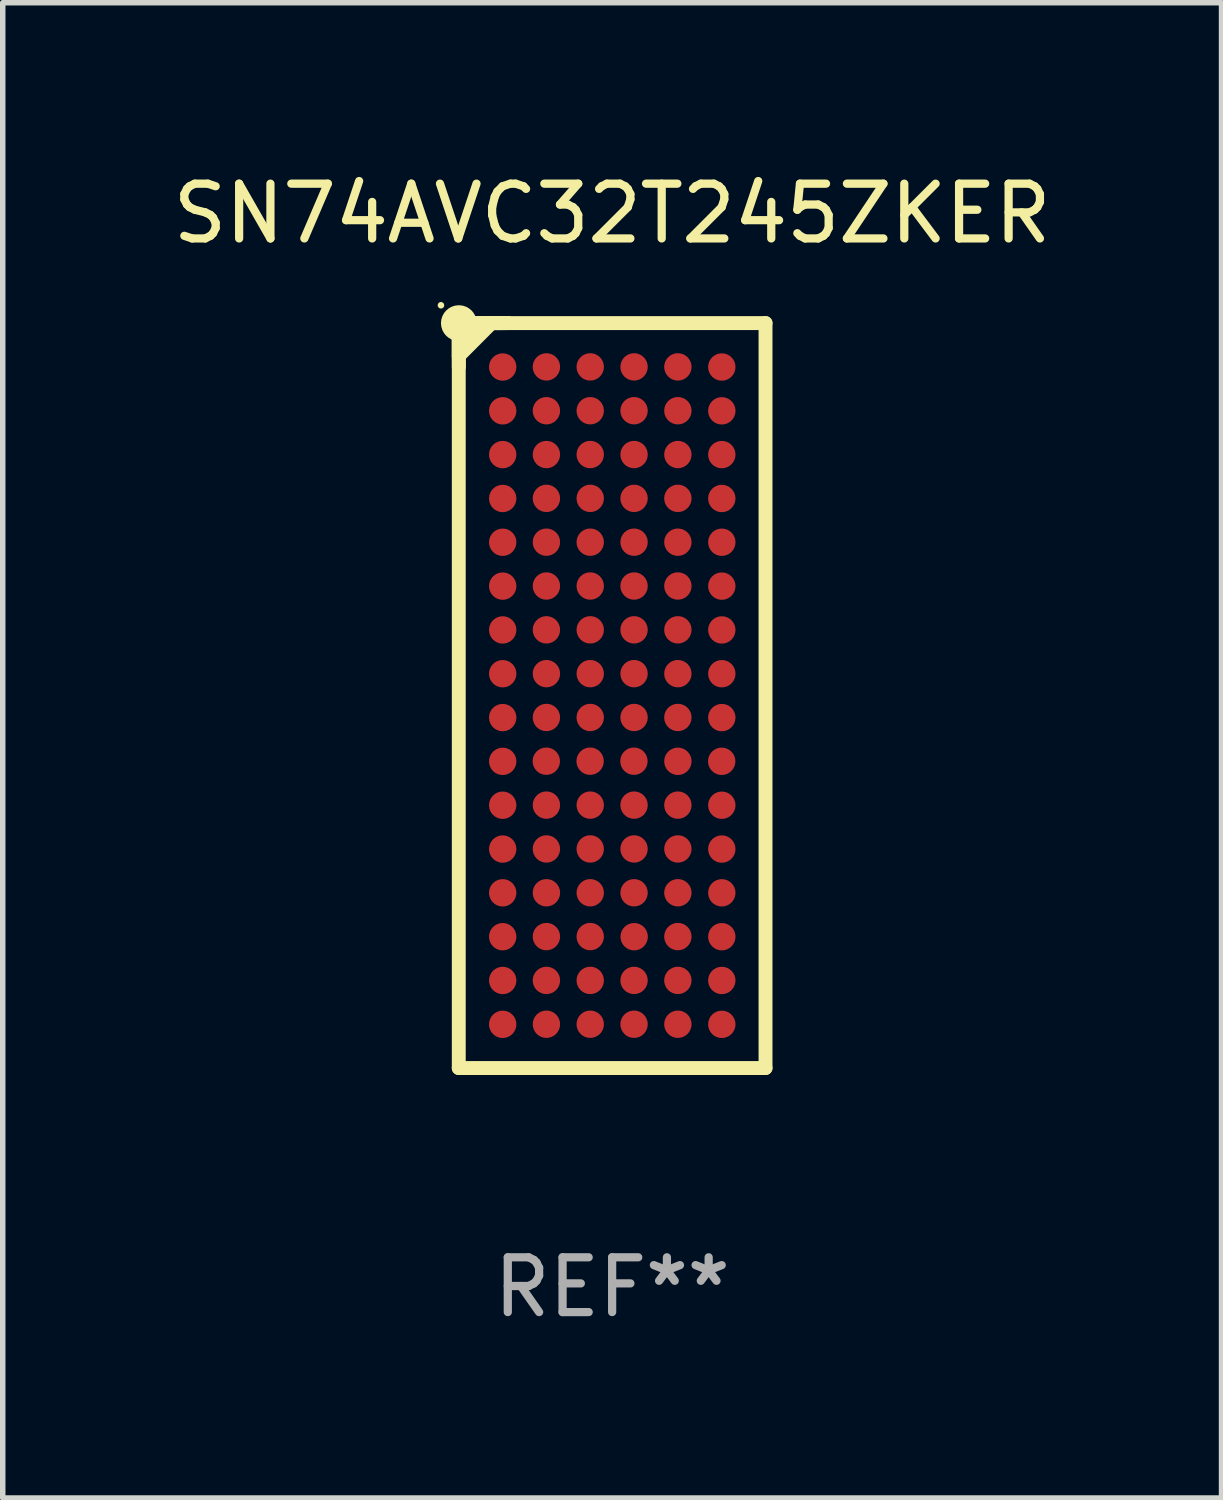
<source format=kicad_pcb>
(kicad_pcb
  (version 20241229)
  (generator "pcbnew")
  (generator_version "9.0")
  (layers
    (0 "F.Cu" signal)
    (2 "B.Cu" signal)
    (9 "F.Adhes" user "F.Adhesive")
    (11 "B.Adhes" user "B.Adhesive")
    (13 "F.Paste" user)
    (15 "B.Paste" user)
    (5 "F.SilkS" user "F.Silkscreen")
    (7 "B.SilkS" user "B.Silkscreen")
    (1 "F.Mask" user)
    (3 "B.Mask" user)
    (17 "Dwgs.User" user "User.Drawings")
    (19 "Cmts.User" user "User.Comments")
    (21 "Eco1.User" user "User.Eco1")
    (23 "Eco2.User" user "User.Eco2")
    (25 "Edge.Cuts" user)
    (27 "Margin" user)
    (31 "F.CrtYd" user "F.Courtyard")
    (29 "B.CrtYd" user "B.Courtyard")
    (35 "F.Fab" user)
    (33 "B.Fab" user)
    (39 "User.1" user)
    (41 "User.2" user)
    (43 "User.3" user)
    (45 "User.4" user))
  (footprint "SN74AVC32T245ZKER"
    (layer "F.Cu")
    (at 8.125 9.648)
    (property "Reference" "SN74AVC32T245ZKER" (at 0 -8.8 0) (layer "F.SilkS") (effects (font (size 1 1) (thickness 0.15))))
    (attr through_hole)
    (fp_line (start -2.8 -6.8) (end 2.8 -6.8) (stroke (width 0.254) (type solid)) (layer "F.SilkS"))
    (fp_line (start -2.8 6.8) (end -2.8 -6.8) (stroke (width 0.254) (type solid)) (layer "F.SilkS"))
    (fp_line (start -2.799 -6.8) (end -2.799 -6.2) (stroke (width 0.254) (type solid)) (layer "F.SilkS"))
    (fp_line (start -2.799 -6.5) (end -2.4 -6.8) (stroke (width 0.254) (type solid)) (layer "F.SilkS"))
    (fp_line (start -2.799 -6.2) (end -2.202 -6.8) (stroke (width 0.254) (type solid)) (layer "F.SilkS"))
    (fp_line (start -2.799 -5.999) (end -2.799 -6.5) (stroke (width 0.254) (type solid)) (layer "F.SilkS"))
    (fp_line (start -2.202 -6.8) (end -1.999 -6.8) (stroke (width 0.254) (type solid)) (layer "F.SilkS"))
    (fp_line (start -1.9 -6.8) (end -1.9 -6.8) (stroke (width 0.254) (type solid)) (layer "F.SilkS"))
    (fp_line (start -1.9 -6.8) (end -2.799 -6.8) (stroke (width 0.254) (type solid)) (layer "F.SilkS"))
    (fp_line (start 2.8 -6.8) (end 2.8 6.8) (stroke (width 0.254) (type solid)) (layer "F.SilkS"))
    (fp_line (start 2.8 6.8) (end -2.8 6.8) (stroke (width 0.254) (type solid)) (layer "F.SilkS"))
    (fp_circle (center -3.125 -7.125) (end -3.095 -7.125) (stroke (width 0.06) (type solid)) (fill no) (layer "F.SilkS"))
    (fp_circle (center -2.798 -6.799) (end -2.598 -6.799) (stroke (width 0.254) (type solid)) (fill no) (layer "F.SilkS"))
    (fp_text user "REF**" (at 0 10.8 0) (layer "F.Fab") (effects (font (size 1 1) (thickness 0.15))))
    (pad "A1" smd circle (at -1.998 -5.998) (size 0.5 0.5) (layers "F.Cu" "F.Mask" "F.Paste"))
    (pad "A2" smd circle (at -1.2 -6) (size 0.5 0.5) (layers "F.Cu" "F.Mask" "F.Paste"))
    (pad "A3" smd circle (at -0.4 -6) (size 0.5 0.5) (layers "F.Cu" "F.Mask" "F.Paste"))
    (pad "A4" smd circle (at 0.4 -6) (size 0.5 0.5) (layers "F.Cu" "F.Mask" "F.Paste"))
    (pad "A5" smd circle (at 1.2 -6) (size 0.5 0.5) (layers "F.Cu" "F.Mask" "F.Paste"))
    (pad "A6" smd circle (at 2.002 -5.998) (size 0.5 0.5) (layers "F.Cu" "F.Mask" "F.Paste"))
    (pad "B1" smd circle (at -1.998 -5.198) (size 0.5 0.5) (layers "F.Cu" "F.Mask" "F.Paste"))
    (pad "B2" smd circle (at -1.2 -5.2) (size 0.5 0.5) (layers "F.Cu" "F.Mask" "F.Paste"))
    (pad "B3" smd circle (at -0.4 -5.2) (size 0.5 0.5) (layers "F.Cu" "F.Mask" "F.Paste"))
    (pad "B4" smd circle (at 0.4 -5.2) (size 0.5 0.5) (layers "F.Cu" "F.Mask" "F.Paste"))
    (pad "B5" smd circle (at 1.2 -5.2) (size 0.5 0.5) (layers "F.Cu" "F.Mask" "F.Paste"))
    (pad "B6" smd circle (at 2.002 -5.198) (size 0.5 0.5) (layers "F.Cu" "F.Mask" "F.Paste"))
    (pad "C1" smd circle (at -1.998 -4.399) (size 0.5 0.5) (layers "F.Cu" "F.Mask" "F.Paste"))
    (pad "C2" smd circle (at -1.2 -4.4) (size 0.5 0.5) (layers "F.Cu" "F.Mask" "F.Paste"))
    (pad "C3" smd circle (at -0.4 -4.4) (size 0.5 0.5) (layers "F.Cu" "F.Mask" "F.Paste"))
    (pad "C4" smd circle (at 0.4 -4.4) (size 0.5 0.5) (layers "F.Cu" "F.Mask" "F.Paste"))
    (pad "C5" smd circle (at 1.2 -4.4) (size 0.5 0.5) (layers "F.Cu" "F.Mask" "F.Paste"))
    (pad "C6" smd circle (at 2.002 -4.399) (size 0.5 0.5) (layers "F.Cu" "F.Mask" "F.Paste"))
    (pad "D1" smd circle (at -1.998 -3.598) (size 0.5 0.5) (layers "F.Cu" "F.Mask" "F.Paste"))
    (pad "D2" smd circle (at -1.2 -3.6) (size 0.5 0.5) (layers "F.Cu" "F.Mask" "F.Paste"))
    (pad "D3" smd circle (at -0.4 -3.6) (size 0.5 0.5) (layers "F.Cu" "F.Mask" "F.Paste"))
    (pad "D4" smd circle (at 0.4 -3.6) (size 0.5 0.5) (layers "F.Cu" "F.Mask" "F.Paste"))
    (pad "D5" smd circle (at 1.2 -3.6) (size 0.5 0.5) (layers "F.Cu" "F.Mask" "F.Paste"))
    (pad "D6" smd circle (at 2.002 -3.598) (size 0.5 0.5) (layers "F.Cu" "F.Mask" "F.Paste"))
    (pad "E1" smd circle (at -1.998 -2.799) (size 0.5 0.5) (layers "F.Cu" "F.Mask" "F.Paste"))
    (pad "E2" smd circle (at -1.2 -2.8) (size 0.5 0.5) (layers "F.Cu" "F.Mask" "F.Paste"))
    (pad "E3" smd circle (at -0.4 -2.8) (size 0.5 0.5) (layers "F.Cu" "F.Mask" "F.Paste"))
    (pad "E4" smd circle (at 0.4 -2.8) (size 0.5 0.5) (layers "F.Cu" "F.Mask" "F.Paste"))
    (pad "E5" smd circle (at 1.2 -2.8) (size 0.5 0.5) (layers "F.Cu" "F.Mask" "F.Paste"))
    (pad "E6" smd circle (at 2.002 -2.799) (size 0.5 0.5) (layers "F.Cu" "F.Mask" "F.Paste"))
    (pad "F1" smd circle (at -1.998 -1.998) (size 0.5 0.5) (layers "F.Cu" "F.Mask" "F.Paste"))
    (pad "F2" smd circle (at -1.2 -2) (size 0.5 0.5) (layers "F.Cu" "F.Mask" "F.Paste"))
    (pad "F3" smd circle (at -0.4 -2) (size 0.5 0.5) (layers "F.Cu" "F.Mask" "F.Paste"))
    (pad "F4" smd circle (at 0.4 -2) (size 0.5 0.5) (layers "F.Cu" "F.Mask" "F.Paste"))
    (pad "F5" smd circle (at 1.2 -2) (size 0.5 0.5) (layers "F.Cu" "F.Mask" "F.Paste"))
    (pad "F6" smd circle (at 2.002 -1.998) (size 0.5 0.5) (layers "F.Cu" "F.Mask" "F.Paste"))
    (pad "G1" smd circle (at -1.998 -1.198) (size 0.5 0.5) (layers "F.Cu" "F.Mask" "F.Paste"))
    (pad "G2" smd circle (at -1.2 -1.2) (size 0.5 0.5) (layers "F.Cu" "F.Mask" "F.Paste"))
    (pad "G3" smd circle (at -0.4 -1.2) (size 0.5 0.5) (layers "F.Cu" "F.Mask" "F.Paste"))
    (pad "G4" smd circle (at 0.4 -1.2) (size 0.5 0.5) (layers "F.Cu" "F.Mask" "F.Paste"))
    (pad "G5" smd circle (at 1.2 -1.2) (size 0.5 0.5) (layers "F.Cu" "F.Mask" "F.Paste"))
    (pad "G6" smd circle (at 2.002 -1.198) (size 0.5 0.5) (layers "F.Cu" "F.Mask" "F.Paste"))
    (pad "H1" smd circle (at -1.998 -0.399) (size 0.5 0.5) (layers "F.Cu" "F.Mask" "F.Paste"))
    (pad "H2" smd circle (at -1.2 -0.4) (size 0.5 0.5) (layers "F.Cu" "F.Mask" "F.Paste"))
    (pad "H3" smd circle (at -0.4 -0.4) (size 0.5 0.5) (layers "F.Cu" "F.Mask" "F.Paste"))
    (pad "H4" smd circle (at 0.4 -0.4) (size 0.5 0.5) (layers "F.Cu" "F.Mask" "F.Paste"))
    (pad "H5" smd circle (at 1.2 -0.4) (size 0.5 0.5) (layers "F.Cu" "F.Mask" "F.Paste"))
    (pad "H6" smd circle (at 2.002 -0.399) (size 0.5 0.5) (layers "F.Cu" "F.Mask" "F.Paste"))
    (pad "J1" smd circle (at -1.998 0.402) (size 0.5 0.5) (layers "F.Cu" "F.Mask" "F.Paste"))
    (pad "J2" smd circle (at -1.2 0.4) (size 0.5 0.5) (layers "F.Cu" "F.Mask" "F.Paste"))
    (pad "J3" smd circle (at -0.4 0.4) (size 0.5 0.5) (layers "F.Cu" "F.Mask" "F.Paste"))
    (pad "J4" smd circle (at 0.4 0.4) (size 0.5 0.5) (layers "F.Cu" "F.Mask" "F.Paste"))
    (pad "J5" smd circle (at 1.2 0.4) (size 0.5 0.5) (layers "F.Cu" "F.Mask" "F.Paste"))
    (pad "J6" smd circle (at 2.002 0.402) (size 0.5 0.5) (layers "F.Cu" "F.Mask" "F.Paste"))
    (pad "K1" smd circle (at -1.998 1.201) (size 0.5 0.5) (layers "F.Cu" "F.Mask" "F.Paste"))
    (pad "K2" smd circle (at -1.202 1.198) (size 0.5 0.5) (layers "F.Cu" "F.Mask" "F.Paste"))
    (pad "K3" smd circle (at -0.402 1.198) (size 0.5 0.5) (layers "F.Cu" "F.Mask" "F.Paste"))
    (pad "K4" smd circle (at 0.398 1.198) (size 0.5 0.5) (layers "F.Cu" "F.Mask" "F.Paste"))
    (pad "K5" smd circle (at 1.2 1.2) (size 0.5 0.5) (layers "F.Cu" "F.Mask" "F.Paste"))
    (pad "K6" smd circle (at 2 1.2) (size 0.5 0.5) (layers "F.Cu" "F.Mask" "F.Paste"))
    (pad "L1" smd circle (at -1.998 2.002) (size 0.5 0.5) (layers "F.Cu" "F.Mask" "F.Paste"))
    (pad "L2" smd circle (at -1.2 2) (size 0.5 0.5) (layers "F.Cu" "F.Mask" "F.Paste"))
    (pad "L3" smd circle (at -0.4 2) (size 0.5 0.5) (layers "F.Cu" "F.Mask" "F.Paste"))
    (pad "L4" smd circle (at 0.4 2) (size 0.5 0.5) (layers "F.Cu" "F.Mask" "F.Paste"))
    (pad "L5" smd circle (at 1.2 2) (size 0.5 0.5) (layers "F.Cu" "F.Mask" "F.Paste"))
    (pad "L6" smd circle (at 2.002 2.002) (size 0.5 0.5) (layers "F.Cu" "F.Mask" "F.Paste"))
    (pad "M1" smd circle (at -1.998 2.802) (size 0.5 0.5) (layers "F.Cu" "F.Mask" "F.Paste"))
    (pad "M2" smd circle (at -1.2 2.8) (size 0.5 0.5) (layers "F.Cu" "F.Mask" "F.Paste"))
    (pad "M3" smd circle (at -0.4 2.8) (size 0.5 0.5) (layers "F.Cu" "F.Mask" "F.Paste"))
    (pad "M4" smd circle (at 0.4 2.8) (size 0.5 0.5) (layers "F.Cu" "F.Mask" "F.Paste"))
    (pad "M5" smd circle (at 1.2 2.8) (size 0.5 0.5) (layers "F.Cu" "F.Mask" "F.Paste"))
    (pad "M6" smd circle (at 2.002 2.802) (size 0.5 0.5) (layers "F.Cu" "F.Mask" "F.Paste"))
    (pad "N1" smd circle (at -1.998 3.601) (size 0.5 0.5) (layers "F.Cu" "F.Mask" "F.Paste"))
    (pad "N2" smd circle (at -1.2 3.6) (size 0.5 0.5) (layers "F.Cu" "F.Mask" "F.Paste"))
    (pad "N3" smd circle (at -0.4 3.6) (size 0.5 0.5) (layers "F.Cu" "F.Mask" "F.Paste"))
    (pad "N4" smd circle (at 0.4 3.6) (size 0.5 0.5) (layers "F.Cu" "F.Mask" "F.Paste"))
    (pad "N5" smd circle (at 1.2 3.6) (size 0.5 0.5) (layers "F.Cu" "F.Mask" "F.Paste"))
    (pad "N6" smd circle (at 2.002 3.601) (size 0.5 0.5) (layers "F.Cu" "F.Mask" "F.Paste"))
    (pad "P1" smd circle (at -1.998 4.402) (size 0.5 0.5) (layers "F.Cu" "F.Mask" "F.Paste"))
    (pad "P2" smd circle (at -1.2 4.4) (size 0.5 0.5) (layers "F.Cu" "F.Mask" "F.Paste"))
    (pad "P3" smd circle (at -0.4 4.4) (size 0.5 0.5) (layers "F.Cu" "F.Mask" "F.Paste"))
    (pad "P4" smd circle (at 0.402 4.402) (size 0.5 0.5) (layers "F.Cu" "F.Mask" "F.Paste"))
    (pad "P5" smd circle (at 1.2 4.4) (size 0.5 0.5) (layers "F.Cu" "F.Mask" "F.Paste"))
    (pad "P6" smd circle (at 2.002 4.402) (size 0.5 0.5) (layers "F.Cu" "F.Mask" "F.Paste"))
    (pad "R1" smd circle (at -1.998 5.201) (size 0.5 0.5) (layers "F.Cu" "F.Mask" "F.Paste"))
    (pad "R2" smd circle (at -1.2 5.2) (size 0.5 0.5) (layers "F.Cu" "F.Mask" "F.Paste"))
    (pad "R3" smd circle (at -0.4 5.2) (size 0.5 0.5) (layers "F.Cu" "F.Mask" "F.Paste"))
    (pad "R4" smd circle (at 0.4 5.2) (size 0.5 0.5) (layers "F.Cu" "F.Mask" "F.Paste"))
    (pad "R5" smd circle (at 1.2 5.2) (size 0.5 0.5) (layers "F.Cu" "F.Mask" "F.Paste"))
    (pad "R6" smd circle (at 2.002 5.201) (size 0.5 0.5) (layers "F.Cu" "F.Mask" "F.Paste"))
    (pad "T1" smd circle (at -1.998 6.002) (size 0.5 0.5) (layers "F.Cu" "F.Mask" "F.Paste"))
    (pad "T2" smd circle (at -1.2 6) (size 0.5 0.5) (layers "F.Cu" "F.Mask" "F.Paste"))
    (pad "T3" smd circle (at -0.4 6) (size 0.5 0.5) (layers "F.Cu" "F.Mask" "F.Paste"))
    (pad "T4" smd circle (at 0.4 6) (size 0.5 0.5) (layers "F.Cu" "F.Mask" "F.Paste"))
    (pad "T5" smd circle (at 1.2 6) (size 0.5 0.5) (layers "F.Cu" "F.Mask" "F.Paste"))
    (pad "T6" smd circle (at 2.002 6.002) (size 0.5 0.5) (layers "F.Cu" "F.Mask" "F.Paste")))
  (gr_rect
    (start -3 -3)
    (end 19.25 24.297)
    (stroke (width 0.1) (type default))
    (fill no)
    (layer "Edge.Cuts")))
</source>
